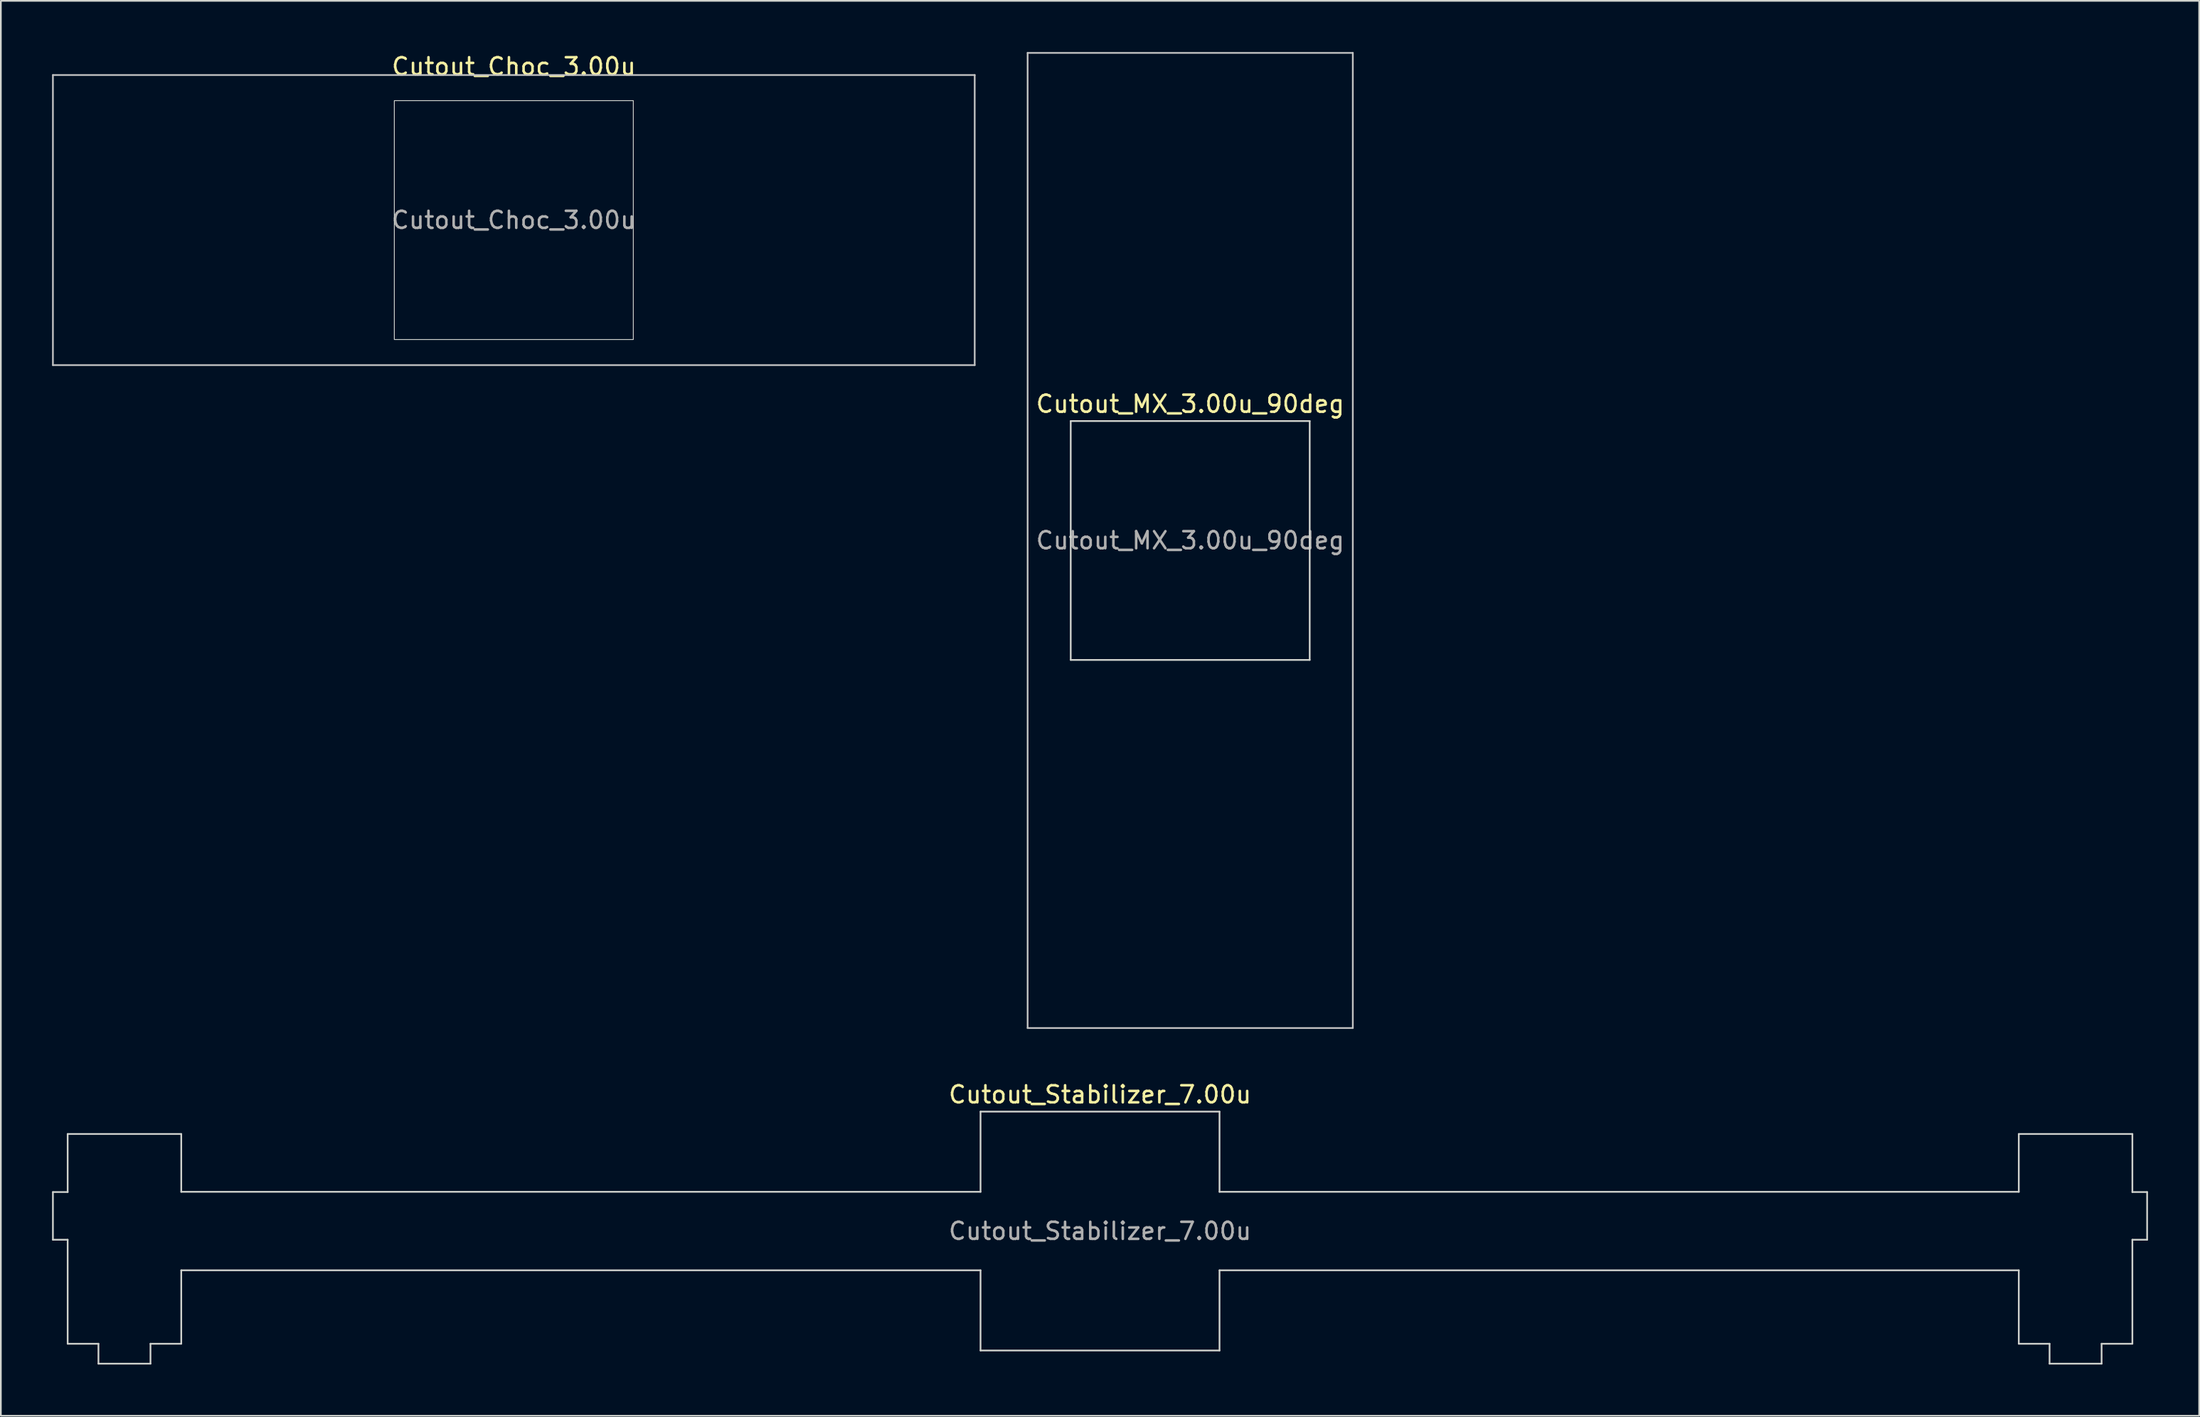
<source format=kicad_pcb>
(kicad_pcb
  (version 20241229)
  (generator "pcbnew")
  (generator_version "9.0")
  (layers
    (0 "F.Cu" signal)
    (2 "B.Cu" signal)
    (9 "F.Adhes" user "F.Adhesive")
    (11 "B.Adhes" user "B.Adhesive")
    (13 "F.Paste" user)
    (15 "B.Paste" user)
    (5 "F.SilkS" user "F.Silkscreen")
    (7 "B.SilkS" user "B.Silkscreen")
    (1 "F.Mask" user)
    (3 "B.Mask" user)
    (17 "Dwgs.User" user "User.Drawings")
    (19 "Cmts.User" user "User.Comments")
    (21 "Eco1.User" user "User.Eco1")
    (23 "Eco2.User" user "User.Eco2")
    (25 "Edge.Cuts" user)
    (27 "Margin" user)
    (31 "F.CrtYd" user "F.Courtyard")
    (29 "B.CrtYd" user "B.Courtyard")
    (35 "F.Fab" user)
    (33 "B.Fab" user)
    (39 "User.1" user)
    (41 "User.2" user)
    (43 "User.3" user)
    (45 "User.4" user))
  (footprint "Cutout_MX_3.00u_90deg"
    (layer "F.Cu")
    (at 66.675 28.625)
    (property "Reference" "Cutout_MX_3.00u_90deg" (at 0 -8 0) (layer "F.SilkS") (effects (font (size 1 1) (thickness 0.15))))
    (attr through_hole)
    (fp_line (start -9.525 -28.575) (end 9.525 -28.575) (stroke (width 0.1) (type solid)) (layer "Dwgs.User"))
    (fp_line (start -9.525 28.575) (end -9.525 -28.575) (stroke (width 0.1) (type solid)) (layer "Dwgs.User"))
    (fp_line (start 9.525 -28.575) (end 9.525 28.575) (stroke (width 0.1) (type solid)) (layer "Dwgs.User"))
    (fp_line (start 9.525 28.575) (end -9.525 28.575) (stroke (width 0.1) (type solid)) (layer "Dwgs.User"))
    (fp_line (start -7 -7) (end -7 7) (stroke (width 0.1) (type solid)) (layer "Edge.Cuts"))
    (fp_line (start -7 7) (end 7 7) (stroke (width 0.1) (type solid)) (layer "Edge.Cuts"))
    (fp_line (start 7 -7) (end -7 -7) (stroke (width 0.1) (type solid)) (layer "Edge.Cuts"))
    (fp_line (start 7 7) (end 7 -7) (stroke (width 0.1) (type solid)) (layer "Edge.Cuts"))
    (fp_text user "${REFERENCE}" (at 0 0 0) (layer "F.Fab") (effects (font (size 1 1) (thickness 0.15)))))
  (footprint "Cutout_Stabilizer_7.00u"
    (layer "F.Cu")
    (at 61.391 69.098)
    (property "Reference" "Cutout_Stabilizer_7.00u" (at 0 -8 0) (layer "F.SilkS") (effects (font (size 1 1) (thickness 0.15))))
    (attr through_hole)
    (fp_line (start -61.341 -2.286) (end -60.477 -2.286) (stroke (width 0.1) (type solid)) (layer "Edge.Cuts"))
    (fp_line (start -61.341 0.508) (end -61.341 -2.286) (stroke (width 0.1) (type solid)) (layer "Edge.Cuts"))
    (fp_line (start -60.477 -5.69) (end -53.823 -5.69) (stroke (width 0.1) (type solid)) (layer "Edge.Cuts"))
    (fp_line (start -60.477 -2.286) (end -60.477 -5.69) (stroke (width 0.1) (type solid)) (layer "Edge.Cuts"))
    (fp_line (start -60.477 0.508) (end -61.341 0.508) (stroke (width 0.1) (type solid)) (layer "Edge.Cuts"))
    (fp_line (start -60.477 6.604) (end -60.477 0.508) (stroke (width 0.1) (type solid)) (layer "Edge.Cuts"))
    (fp_line (start -58.674 6.604) (end -60.477 6.604) (stroke (width 0.1) (type solid)) (layer "Edge.Cuts"))
    (fp_line (start -58.674 7.772) (end -58.674 6.604) (stroke (width 0.1) (type solid)) (layer "Edge.Cuts"))
    (fp_line (start -55.626 6.604) (end -55.626 7.772) (stroke (width 0.1) (type solid)) (layer "Edge.Cuts"))
    (fp_line (start -55.626 7.772) (end -58.674 7.772) (stroke (width 0.1) (type solid)) (layer "Edge.Cuts"))
    (fp_line (start -53.823 -5.69) (end -53.823 -2.3) (stroke (width 0.1) (type solid)) (layer "Edge.Cuts"))
    (fp_line (start -53.823 -2.3) (end -7 -2.3) (stroke (width 0.1) (type solid)) (layer "Edge.Cuts"))
    (fp_line (start -53.823 2.3) (end -53.823 6.604) (stroke (width 0.1) (type solid)) (layer "Edge.Cuts"))
    (fp_line (start -53.823 6.604) (end -55.626 6.604) (stroke (width 0.1) (type solid)) (layer "Edge.Cuts"))
    (fp_line (start -7 -7) (end -7 -2.3) (stroke (width 0.1) (type solid)) (layer "Edge.Cuts"))
    (fp_line (start -7 -7) (end 7 -7) (stroke (width 0.1) (type solid)) (layer "Edge.Cuts"))
    (fp_line (start -7 2.3) (end -53.823 2.3) (stroke (width 0.1) (type solid)) (layer "Edge.Cuts"))
    (fp_line (start -7 2.3) (end -7 7) (stroke (width 0.1) (type solid)) (layer "Edge.Cuts"))
    (fp_line (start -7 7) (end 7 7) (stroke (width 0.1) (type solid)) (layer "Edge.Cuts"))
    (fp_line (start 7 -7) (end 7 -2.3) (stroke (width 0.1) (type solid)) (layer "Edge.Cuts"))
    (fp_line (start 7 2.3) (end 7 7) (stroke (width 0.1) (type solid)) (layer "Edge.Cuts"))
    (fp_line (start 7 2.3) (end 53.823 2.3) (stroke (width 0.1) (type solid)) (layer "Edge.Cuts"))
    (fp_line (start 53.823 -5.69) (end 53.823 -2.3) (stroke (width 0.1) (type solid)) (layer "Edge.Cuts"))
    (fp_line (start 53.823 -2.3) (end 7 -2.3) (stroke (width 0.1) (type solid)) (layer "Edge.Cuts"))
    (fp_line (start 53.823 2.3) (end 53.823 6.604) (stroke (width 0.1) (type solid)) (layer "Edge.Cuts"))
    (fp_line (start 53.823 6.604) (end 55.626 6.604) (stroke (width 0.1) (type solid)) (layer "Edge.Cuts"))
    (fp_line (start 55.626 6.604) (end 55.626 7.772) (stroke (width 0.1) (type solid)) (layer "Edge.Cuts"))
    (fp_line (start 55.626 7.772) (end 58.674 7.772) (stroke (width 0.1) (type solid)) (layer "Edge.Cuts"))
    (fp_line (start 58.674 6.604) (end 60.477 6.604) (stroke (width 0.1) (type solid)) (layer "Edge.Cuts"))
    (fp_line (start 58.674 7.772) (end 58.674 6.604) (stroke (width 0.1) (type solid)) (layer "Edge.Cuts"))
    (fp_line (start 60.477 -5.69) (end 53.823 -5.69) (stroke (width 0.1) (type solid)) (layer "Edge.Cuts"))
    (fp_line (start 60.477 -2.286) (end 60.477 -5.69) (stroke (width 0.1) (type solid)) (layer "Edge.Cuts"))
    (fp_line (start 60.477 0.508) (end 61.341 0.508) (stroke (width 0.1) (type solid)) (layer "Edge.Cuts"))
    (fp_line (start 60.477 6.604) (end 60.477 0.508) (stroke (width 0.1) (type solid)) (layer "Edge.Cuts"))
    (fp_line (start 61.341 -2.286) (end 60.477 -2.286) (stroke (width 0.1) (type solid)) (layer "Edge.Cuts"))
    (fp_line (start 61.341 0.508) (end 61.341 -2.286) (stroke (width 0.1) (type solid)) (layer "Edge.Cuts"))
    (fp_text user "${REFERENCE}" (at 0 0 0) (layer "F.Fab") (effects (font (size 1 1) (thickness 0.15)))))
  (footprint "Cutout_Choc_3.00u"
    (layer "F.Cu")
    (at 27.05 9.848)
    (property "Reference" "Cutout_Choc_3.00u" (at 0 -9 0) (layer "F.SilkS") (effects (font (size 1 1) (thickness 0.15))))
    (attr through_hole)
    (fp_line (start -27 -8.5) (end -27 8.5) (stroke (width 0.1) (type solid)) (layer "Dwgs.User"))
    (fp_line (start -27 8.5) (end 27 8.5) (stroke (width 0.1) (type solid)) (layer "Dwgs.User"))
    (fp_line (start 27 -8.5) (end -27 -8.5) (stroke (width 0.1) (type solid)) (layer "Dwgs.User"))
    (fp_line (start 27 8.5) (end 27 -8.5) (stroke (width 0.1) (type solid)) (layer "Dwgs.User"))
    (fp_rect (start -7 -7) (end 7 7) (stroke (width 0.05) (type default)) (fill no) (layer "Edge.Cuts"))
    (fp_text user "${REFERENCE}" (at 0 0 0) (layer "F.Fab") (effects (font (size 1 1) (thickness 0.15)))))
  (gr_rect
    (start -3 -3)
    (end 125.782 79.921)
    (stroke (width 0.1) (type default))
    (fill no)
    (layer "Edge.Cuts")))
</source>
